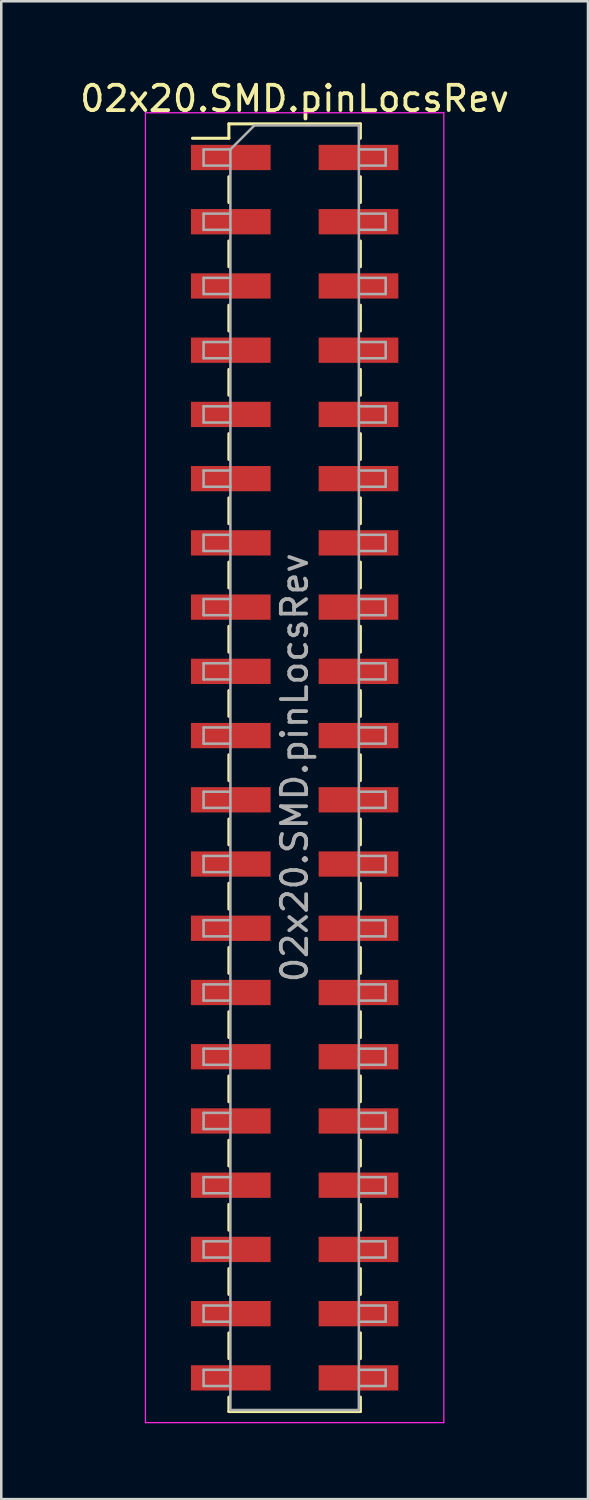
<source format=kicad_pcb>
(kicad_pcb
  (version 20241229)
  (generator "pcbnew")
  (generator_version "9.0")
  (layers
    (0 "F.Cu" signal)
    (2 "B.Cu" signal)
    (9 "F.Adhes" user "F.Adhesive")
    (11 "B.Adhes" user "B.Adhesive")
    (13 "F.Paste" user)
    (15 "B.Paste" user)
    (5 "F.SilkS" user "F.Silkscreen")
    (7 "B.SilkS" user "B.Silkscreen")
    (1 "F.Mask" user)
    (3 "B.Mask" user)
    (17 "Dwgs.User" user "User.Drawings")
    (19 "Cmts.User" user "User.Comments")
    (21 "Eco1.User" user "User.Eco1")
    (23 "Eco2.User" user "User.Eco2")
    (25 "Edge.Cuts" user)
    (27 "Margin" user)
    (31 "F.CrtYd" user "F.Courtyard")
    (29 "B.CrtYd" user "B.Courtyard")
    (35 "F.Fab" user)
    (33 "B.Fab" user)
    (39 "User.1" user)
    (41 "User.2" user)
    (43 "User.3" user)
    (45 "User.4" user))
  (footprint "02x20.SMD.pinLocsRev"
    (layer "F.Cu")
    (at 8.601 27.308)
    (property "Reference" "02x20.SMD.pinLocsRev" (at 0 -26.46 0) (layer "F.SilkS") (effects (font (size 1 1) (thickness 0.15))))
    (attr smd)
    (fp_line (start -4.04 -24.89) (end -2.6 -24.89) (stroke (width 0.12) (type solid)) (layer "F.SilkS"))
    (fp_line (start -2.6 -25.46) (end -2.6 -24.89) (stroke (width 0.12) (type solid)) (layer "F.SilkS"))
    (fp_line (start -2.6 -25.46) (end 2.6 -25.46) (stroke (width 0.12) (type solid)) (layer "F.SilkS"))
    (fp_line (start -2.6 -23.37) (end -2.6 -22.35) (stroke (width 0.12) (type solid)) (layer "F.SilkS"))
    (fp_line (start -2.6 -20.83) (end -2.6 -19.81) (stroke (width 0.12) (type solid)) (layer "F.SilkS"))
    (fp_line (start -2.6 -18.29) (end -2.6 -17.27) (stroke (width 0.12) (type solid)) (layer "F.SilkS"))
    (fp_line (start -2.6 -15.75) (end -2.6 -14.73) (stroke (width 0.12) (type solid)) (layer "F.SilkS"))
    (fp_line (start -2.6 -13.21) (end -2.6 -12.19) (stroke (width 0.12) (type solid)) (layer "F.SilkS"))
    (fp_line (start -2.6 -10.67) (end -2.6 -9.65) (stroke (width 0.12) (type solid)) (layer "F.SilkS"))
    (fp_line (start -2.6 -8.13) (end -2.6 -7.11) (stroke (width 0.12) (type solid)) (layer "F.SilkS"))
    (fp_line (start -2.6 -5.59) (end -2.6 -4.57) (stroke (width 0.12) (type solid)) (layer "F.SilkS"))
    (fp_line (start -2.6 -3.05) (end -2.6 -2.03) (stroke (width 0.12) (type solid)) (layer "F.SilkS"))
    (fp_line (start -2.6 -0.51) (end -2.6 0.51) (stroke (width 0.12) (type solid)) (layer "F.SilkS"))
    (fp_line (start -2.6 2.03) (end -2.6 3.05) (stroke (width 0.12) (type solid)) (layer "F.SilkS"))
    (fp_line (start -2.6 4.57) (end -2.6 5.59) (stroke (width 0.12) (type solid)) (layer "F.SilkS"))
    (fp_line (start -2.6 7.11) (end -2.6 8.13) (stroke (width 0.12) (type solid)) (layer "F.SilkS"))
    (fp_line (start -2.6 9.65) (end -2.6 10.67) (stroke (width 0.12) (type solid)) (layer "F.SilkS"))
    (fp_line (start -2.6 12.19) (end -2.6 13.21) (stroke (width 0.12) (type solid)) (layer "F.SilkS"))
    (fp_line (start -2.6 14.73) (end -2.6 15.75) (stroke (width 0.12) (type solid)) (layer "F.SilkS"))
    (fp_line (start -2.6 17.27) (end -2.6 18.29) (stroke (width 0.12) (type solid)) (layer "F.SilkS"))
    (fp_line (start -2.6 19.81) (end -2.6 20.83) (stroke (width 0.12) (type solid)) (layer "F.SilkS"))
    (fp_line (start -2.6 22.35) (end -2.6 23.37) (stroke (width 0.12) (type solid)) (layer "F.SilkS"))
    (fp_line (start -2.6 24.89) (end -2.6 25.46) (stroke (width 0.12) (type solid)) (layer "F.SilkS"))
    (fp_line (start -2.6 25.46) (end 2.6 25.46) (stroke (width 0.12) (type solid)) (layer "F.SilkS"))
    (fp_line (start 2.6 -25.46) (end 2.6 -24.89) (stroke (width 0.12) (type solid)) (layer "F.SilkS"))
    (fp_line (start 2.6 -23.37) (end 2.6 -22.35) (stroke (width 0.12) (type solid)) (layer "F.SilkS"))
    (fp_line (start 2.6 -20.83) (end 2.6 -19.81) (stroke (width 0.12) (type solid)) (layer "F.SilkS"))
    (fp_line (start 2.6 -18.29) (end 2.6 -17.27) (stroke (width 0.12) (type solid)) (layer "F.SilkS"))
    (fp_line (start 2.6 -15.75) (end 2.6 -14.73) (stroke (width 0.12) (type solid)) (layer "F.SilkS"))
    (fp_line (start 2.6 -13.21) (end 2.6 -12.19) (stroke (width 0.12) (type solid)) (layer "F.SilkS"))
    (fp_line (start 2.6 -10.67) (end 2.6 -9.65) (stroke (width 0.12) (type solid)) (layer "F.SilkS"))
    (fp_line (start 2.6 -8.13) (end 2.6 -7.11) (stroke (width 0.12) (type solid)) (layer "F.SilkS"))
    (fp_line (start 2.6 -5.59) (end 2.6 -4.57) (stroke (width 0.12) (type solid)) (layer "F.SilkS"))
    (fp_line (start 2.6 -3.05) (end 2.6 -2.03) (stroke (width 0.12) (type solid)) (layer "F.SilkS"))
    (fp_line (start 2.6 -0.51) (end 2.6 0.51) (stroke (width 0.12) (type solid)) (layer "F.SilkS"))
    (fp_line (start 2.6 2.03) (end 2.6 3.05) (stroke (width 0.12) (type solid)) (layer "F.SilkS"))
    (fp_line (start 2.6 4.57) (end 2.6 5.59) (stroke (width 0.12) (type solid)) (layer "F.SilkS"))
    (fp_line (start 2.6 7.11) (end 2.6 8.13) (stroke (width 0.12) (type solid)) (layer "F.SilkS"))
    (fp_line (start 2.6 9.65) (end 2.6 10.67) (stroke (width 0.12) (type solid)) (layer "F.SilkS"))
    (fp_line (start 2.6 12.19) (end 2.6 13.21) (stroke (width 0.12) (type solid)) (layer "F.SilkS"))
    (fp_line (start 2.6 14.73) (end 2.6 15.75) (stroke (width 0.12) (type solid)) (layer "F.SilkS"))
    (fp_line (start 2.6 17.27) (end 2.6 18.29) (stroke (width 0.12) (type solid)) (layer "F.SilkS"))
    (fp_line (start 2.6 19.81) (end 2.6 20.83) (stroke (width 0.12) (type solid)) (layer "F.SilkS"))
    (fp_line (start 2.6 22.35) (end 2.6 23.37) (stroke (width 0.12) (type solid)) (layer "F.SilkS"))
    (fp_line (start 2.6 24.89) (end 2.6 25.46) (stroke (width 0.12) (type solid)) (layer "F.SilkS"))
    (fp_line (start -5.9 -25.9) (end -5.9 25.9) (stroke (width 0.05) (type solid)) (layer "F.CrtYd"))
    (fp_line (start -5.9 25.9) (end 5.9 25.9) (stroke (width 0.05) (type solid)) (layer "F.CrtYd"))
    (fp_line (start 5.9 -25.9) (end -5.9 -25.9) (stroke (width 0.05) (type solid)) (layer "F.CrtYd"))
    (fp_line (start 5.9 25.9) (end 5.9 -25.9) (stroke (width 0.05) (type solid)) (layer "F.CrtYd"))
    (fp_line (start -3.6 -24.45) (end -3.6 -23.81) (stroke (width 0.1) (type solid)) (layer "F.Fab"))
    (fp_line (start -3.6 -23.81) (end -2.54 -23.81) (stroke (width 0.1) (type solid)) (layer "F.Fab"))
    (fp_line (start -3.6 -21.91) (end -3.6 -21.27) (stroke (width 0.1) (type solid)) (layer "F.Fab"))
    (fp_line (start -3.6 -21.27) (end -2.54 -21.27) (stroke (width 0.1) (type solid)) (layer "F.Fab"))
    (fp_line (start -3.6 -19.37) (end -3.6 -18.73) (stroke (width 0.1) (type solid)) (layer "F.Fab"))
    (fp_line (start -3.6 -18.73) (end -2.54 -18.73) (stroke (width 0.1) (type solid)) (layer "F.Fab"))
    (fp_line (start -3.6 -16.83) (end -3.6 -16.19) (stroke (width 0.1) (type solid)) (layer "F.Fab"))
    (fp_line (start -3.6 -16.19) (end -2.54 -16.19) (stroke (width 0.1) (type solid)) (layer "F.Fab"))
    (fp_line (start -3.6 -14.29) (end -3.6 -13.65) (stroke (width 0.1) (type solid)) (layer "F.Fab"))
    (fp_line (start -3.6 -13.65) (end -2.54 -13.65) (stroke (width 0.1) (type solid)) (layer "F.Fab"))
    (fp_line (start -3.6 -11.75) (end -3.6 -11.11) (stroke (width 0.1) (type solid)) (layer "F.Fab"))
    (fp_line (start -3.6 -11.11) (end -2.54 -11.11) (stroke (width 0.1) (type solid)) (layer "F.Fab"))
    (fp_line (start -3.6 -9.21) (end -3.6 -8.57) (stroke (width 0.1) (type solid)) (layer "F.Fab"))
    (fp_line (start -3.6 -8.57) (end -2.54 -8.57) (stroke (width 0.1) (type solid)) (layer "F.Fab"))
    (fp_line (start -3.6 -6.67) (end -3.6 -6.03) (stroke (width 0.1) (type solid)) (layer "F.Fab"))
    (fp_line (start -3.6 -6.03) (end -2.54 -6.03) (stroke (width 0.1) (type solid)) (layer "F.Fab"))
    (fp_line (start -3.6 -4.13) (end -3.6 -3.49) (stroke (width 0.1) (type solid)) (layer "F.Fab"))
    (fp_line (start -3.6 -3.49) (end -2.54 -3.49) (stroke (width 0.1) (type solid)) (layer "F.Fab"))
    (fp_line (start -3.6 -1.59) (end -3.6 -0.95) (stroke (width 0.1) (type solid)) (layer "F.Fab"))
    (fp_line (start -3.6 -0.95) (end -2.54 -0.95) (stroke (width 0.1) (type solid)) (layer "F.Fab"))
    (fp_line (start -3.6 0.95) (end -3.6 1.59) (stroke (width 0.1) (type solid)) (layer "F.Fab"))
    (fp_line (start -3.6 1.59) (end -2.54 1.59) (stroke (width 0.1) (type solid)) (layer "F.Fab"))
    (fp_line (start -3.6 3.49) (end -3.6 4.13) (stroke (width 0.1) (type solid)) (layer "F.Fab"))
    (fp_line (start -3.6 4.13) (end -2.54 4.13) (stroke (width 0.1) (type solid)) (layer "F.Fab"))
    (fp_line (start -3.6 6.03) (end -3.6 6.67) (stroke (width 0.1) (type solid)) (layer "F.Fab"))
    (fp_line (start -3.6 6.67) (end -2.54 6.67) (stroke (width 0.1) (type solid)) (layer "F.Fab"))
    (fp_line (start -3.6 8.57) (end -3.6 9.21) (stroke (width 0.1) (type solid)) (layer "F.Fab"))
    (fp_line (start -3.6 9.21) (end -2.54 9.21) (stroke (width 0.1) (type solid)) (layer "F.Fab"))
    (fp_line (start -3.6 11.11) (end -3.6 11.75) (stroke (width 0.1) (type solid)) (layer "F.Fab"))
    (fp_line (start -3.6 11.75) (end -2.54 11.75) (stroke (width 0.1) (type solid)) (layer "F.Fab"))
    (fp_line (start -3.6 13.65) (end -3.6 14.29) (stroke (width 0.1) (type solid)) (layer "F.Fab"))
    (fp_line (start -3.6 14.29) (end -2.54 14.29) (stroke (width 0.1) (type solid)) (layer "F.Fab"))
    (fp_line (start -3.6 16.19) (end -3.6 16.83) (stroke (width 0.1) (type solid)) (layer "F.Fab"))
    (fp_line (start -3.6 16.83) (end -2.54 16.83) (stroke (width 0.1) (type solid)) (layer "F.Fab"))
    (fp_line (start -3.6 18.73) (end -3.6 19.37) (stroke (width 0.1) (type solid)) (layer "F.Fab"))
    (fp_line (start -3.6 19.37) (end -2.54 19.37) (stroke (width 0.1) (type solid)) (layer "F.Fab"))
    (fp_line (start -3.6 21.27) (end -3.6 21.91) (stroke (width 0.1) (type solid)) (layer "F.Fab"))
    (fp_line (start -3.6 21.91) (end -2.54 21.91) (stroke (width 0.1) (type solid)) (layer "F.Fab"))
    (fp_line (start -3.6 23.81) (end -3.6 24.45) (stroke (width 0.1) (type solid)) (layer "F.Fab"))
    (fp_line (start -3.6 24.45) (end -2.54 24.45) (stroke (width 0.1) (type solid)) (layer "F.Fab"))
    (fp_line (start -2.54 -24.45) (end -3.6 -24.45) (stroke (width 0.1) (type solid)) (layer "F.Fab"))
    (fp_line (start -2.54 -24.45) (end -1.59 -25.4) (stroke (width 0.1) (type solid)) (layer "F.Fab"))
    (fp_line (start -2.54 -21.91) (end -3.6 -21.91) (stroke (width 0.1) (type solid)) (layer "F.Fab"))
    (fp_line (start -2.54 -19.37) (end -3.6 -19.37) (stroke (width 0.1) (type solid)) (layer "F.Fab"))
    (fp_line (start -2.54 -16.83) (end -3.6 -16.83) (stroke (width 0.1) (type solid)) (layer "F.Fab"))
    (fp_line (start -2.54 -14.29) (end -3.6 -14.29) (stroke (width 0.1) (type solid)) (layer "F.Fab"))
    (fp_line (start -2.54 -11.75) (end -3.6 -11.75) (stroke (width 0.1) (type solid)) (layer "F.Fab"))
    (fp_line (start -2.54 -9.21) (end -3.6 -9.21) (stroke (width 0.1) (type solid)) (layer "F.Fab"))
    (fp_line (start -2.54 -6.67) (end -3.6 -6.67) (stroke (width 0.1) (type solid)) (layer "F.Fab"))
    (fp_line (start -2.54 -4.13) (end -3.6 -4.13) (stroke (width 0.1) (type solid)) (layer "F.Fab"))
    (fp_line (start -2.54 -1.59) (end -3.6 -1.59) (stroke (width 0.1) (type solid)) (layer "F.Fab"))
    (fp_line (start -2.54 0.95) (end -3.6 0.95) (stroke (width 0.1) (type solid)) (layer "F.Fab"))
    (fp_line (start -2.54 3.49) (end -3.6 3.49) (stroke (width 0.1) (type solid)) (layer "F.Fab"))
    (fp_line (start -2.54 6.03) (end -3.6 6.03) (stroke (width 0.1) (type solid)) (layer "F.Fab"))
    (fp_line (start -2.54 8.57) (end -3.6 8.57) (stroke (width 0.1) (type solid)) (layer "F.Fab"))
    (fp_line (start -2.54 11.11) (end -3.6 11.11) (stroke (width 0.1) (type solid)) (layer "F.Fab"))
    (fp_line (start -2.54 13.65) (end -3.6 13.65) (stroke (width 0.1) (type solid)) (layer "F.Fab"))
    (fp_line (start -2.54 16.19) (end -3.6 16.19) (stroke (width 0.1) (type solid)) (layer "F.Fab"))
    (fp_line (start -2.54 18.73) (end -3.6 18.73) (stroke (width 0.1) (type solid)) (layer "F.Fab"))
    (fp_line (start -2.54 21.27) (end -3.6 21.27) (stroke (width 0.1) (type solid)) (layer "F.Fab"))
    (fp_line (start -2.54 23.81) (end -3.6 23.81) (stroke (width 0.1) (type solid)) (layer "F.Fab"))
    (fp_line (start -2.54 25.4) (end -2.54 -24.45) (stroke (width 0.1) (type solid)) (layer "F.Fab"))
    (fp_line (start -1.59 -25.4) (end 2.54 -25.4) (stroke (width 0.1) (type solid)) (layer "F.Fab"))
    (fp_line (start 2.54 -25.4) (end 2.54 25.4) (stroke (width 0.1) (type solid)) (layer "F.Fab"))
    (fp_line (start 2.54 -24.45) (end 3.6 -24.45) (stroke (width 0.1) (type solid)) (layer "F.Fab"))
    (fp_line (start 2.54 -21.91) (end 3.6 -21.91) (stroke (width 0.1) (type solid)) (layer "F.Fab"))
    (fp_line (start 2.54 -19.37) (end 3.6 -19.37) (stroke (width 0.1) (type solid)) (layer "F.Fab"))
    (fp_line (start 2.54 -16.83) (end 3.6 -16.83) (stroke (width 0.1) (type solid)) (layer "F.Fab"))
    (fp_line (start 2.54 -14.29) (end 3.6 -14.29) (stroke (width 0.1) (type solid)) (layer "F.Fab"))
    (fp_line (start 2.54 -11.75) (end 3.6 -11.75) (stroke (width 0.1) (type solid)) (layer "F.Fab"))
    (fp_line (start 2.54 -9.21) (end 3.6 -9.21) (stroke (width 0.1) (type solid)) (layer "F.Fab"))
    (fp_line (start 2.54 -6.67) (end 3.6 -6.67) (stroke (width 0.1) (type solid)) (layer "F.Fab"))
    (fp_line (start 2.54 -4.13) (end 3.6 -4.13) (stroke (width 0.1) (type solid)) (layer "F.Fab"))
    (fp_line (start 2.54 -1.59) (end 3.6 -1.59) (stroke (width 0.1) (type solid)) (layer "F.Fab"))
    (fp_line (start 2.54 0.95) (end 3.6 0.95) (stroke (width 0.1) (type solid)) (layer "F.Fab"))
    (fp_line (start 2.54 3.49) (end 3.6 3.49) (stroke (width 0.1) (type solid)) (layer "F.Fab"))
    (fp_line (start 2.54 6.03) (end 3.6 6.03) (stroke (width 0.1) (type solid)) (layer "F.Fab"))
    (fp_line (start 2.54 8.57) (end 3.6 8.57) (stroke (width 0.1) (type solid)) (layer "F.Fab"))
    (fp_line (start 2.54 11.11) (end 3.6 11.11) (stroke (width 0.1) (type solid)) (layer "F.Fab"))
    (fp_line (start 2.54 13.65) (end 3.6 13.65) (stroke (width 0.1) (type solid)) (layer "F.Fab"))
    (fp_line (start 2.54 16.19) (end 3.6 16.19) (stroke (width 0.1) (type solid)) (layer "F.Fab"))
    (fp_line (start 2.54 18.73) (end 3.6 18.73) (stroke (width 0.1) (type solid)) (layer "F.Fab"))
    (fp_line (start 2.54 21.27) (end 3.6 21.27) (stroke (width 0.1) (type solid)) (layer "F.Fab"))
    (fp_line (start 2.54 23.81) (end 3.6 23.81) (stroke (width 0.1) (type solid)) (layer "F.Fab"))
    (fp_line (start 2.54 25.4) (end -2.54 25.4) (stroke (width 0.1) (type solid)) (layer "F.Fab"))
    (fp_line (start 3.6 -24.45) (end 3.6 -23.81) (stroke (width 0.1) (type solid)) (layer "F.Fab"))
    (fp_line (start 3.6 -23.81) (end 2.54 -23.81) (stroke (width 0.1) (type solid)) (layer "F.Fab"))
    (fp_line (start 3.6 -21.91) (end 3.6 -21.27) (stroke (width 0.1) (type solid)) (layer "F.Fab"))
    (fp_line (start 3.6 -21.27) (end 2.54 -21.27) (stroke (width 0.1) (type solid)) (layer "F.Fab"))
    (fp_line (start 3.6 -19.37) (end 3.6 -18.73) (stroke (width 0.1) (type solid)) (layer "F.Fab"))
    (fp_line (start 3.6 -18.73) (end 2.54 -18.73) (stroke (width 0.1) (type solid)) (layer "F.Fab"))
    (fp_line (start 3.6 -16.83) (end 3.6 -16.19) (stroke (width 0.1) (type solid)) (layer "F.Fab"))
    (fp_line (start 3.6 -16.19) (end 2.54 -16.19) (stroke (width 0.1) (type solid)) (layer "F.Fab"))
    (fp_line (start 3.6 -14.29) (end 3.6 -13.65) (stroke (width 0.1) (type solid)) (layer "F.Fab"))
    (fp_line (start 3.6 -13.65) (end 2.54 -13.65) (stroke (width 0.1) (type solid)) (layer "F.Fab"))
    (fp_line (start 3.6 -11.75) (end 3.6 -11.11) (stroke (width 0.1) (type solid)) (layer "F.Fab"))
    (fp_line (start 3.6 -11.11) (end 2.54 -11.11) (stroke (width 0.1) (type solid)) (layer "F.Fab"))
    (fp_line (start 3.6 -9.21) (end 3.6 -8.57) (stroke (width 0.1) (type solid)) (layer "F.Fab"))
    (fp_line (start 3.6 -8.57) (end 2.54 -8.57) (stroke (width 0.1) (type solid)) (layer "F.Fab"))
    (fp_line (start 3.6 -6.67) (end 3.6 -6.03) (stroke (width 0.1) (type solid)) (layer "F.Fab"))
    (fp_line (start 3.6 -6.03) (end 2.54 -6.03) (stroke (width 0.1) (type solid)) (layer "F.Fab"))
    (fp_line (start 3.6 -4.13) (end 3.6 -3.49) (stroke (width 0.1) (type solid)) (layer "F.Fab"))
    (fp_line (start 3.6 -3.49) (end 2.54 -3.49) (stroke (width 0.1) (type solid)) (layer "F.Fab"))
    (fp_line (start 3.6 -1.59) (end 3.6 -0.95) (stroke (width 0.1) (type solid)) (layer "F.Fab"))
    (fp_line (start 3.6 -0.95) (end 2.54 -0.95) (stroke (width 0.1) (type solid)) (layer "F.Fab"))
    (fp_line (start 3.6 0.95) (end 3.6 1.59) (stroke (width 0.1) (type solid)) (layer "F.Fab"))
    (fp_line (start 3.6 1.59) (end 2.54 1.59) (stroke (width 0.1) (type solid)) (layer "F.Fab"))
    (fp_line (start 3.6 3.49) (end 3.6 4.13) (stroke (width 0.1) (type solid)) (layer "F.Fab"))
    (fp_line (start 3.6 4.13) (end 2.54 4.13) (stroke (width 0.1) (type solid)) (layer "F.Fab"))
    (fp_line (start 3.6 6.03) (end 3.6 6.67) (stroke (width 0.1) (type solid)) (layer "F.Fab"))
    (fp_line (start 3.6 6.67) (end 2.54 6.67) (stroke (width 0.1) (type solid)) (layer "F.Fab"))
    (fp_line (start 3.6 8.57) (end 3.6 9.21) (stroke (width 0.1) (type solid)) (layer "F.Fab"))
    (fp_line (start 3.6 9.21) (end 2.54 9.21) (stroke (width 0.1) (type solid)) (layer "F.Fab"))
    (fp_line (start 3.6 11.11) (end 3.6 11.75) (stroke (width 0.1) (type solid)) (layer "F.Fab"))
    (fp_line (start 3.6 11.75) (end 2.54 11.75) (stroke (width 0.1) (type solid)) (layer "F.Fab"))
    (fp_line (start 3.6 13.65) (end 3.6 14.29) (stroke (width 0.1) (type solid)) (layer "F.Fab"))
    (fp_line (start 3.6 14.29) (end 2.54 14.29) (stroke (width 0.1) (type solid)) (layer "F.Fab"))
    (fp_line (start 3.6 16.19) (end 3.6 16.83) (stroke (width 0.1) (type solid)) (layer "F.Fab"))
    (fp_line (start 3.6 16.83) (end 2.54 16.83) (stroke (width 0.1) (type solid)) (layer "F.Fab"))
    (fp_line (start 3.6 18.73) (end 3.6 19.37) (stroke (width 0.1) (type solid)) (layer "F.Fab"))
    (fp_line (start 3.6 19.37) (end 2.54 19.37) (stroke (width 0.1) (type solid)) (layer "F.Fab"))
    (fp_line (start 3.6 21.27) (end 3.6 21.91) (stroke (width 0.1) (type solid)) (layer "F.Fab"))
    (fp_line (start 3.6 21.91) (end 2.54 21.91) (stroke (width 0.1) (type solid)) (layer "F.Fab"))
    (fp_line (start 3.6 23.81) (end 3.6 24.45) (stroke (width 0.1) (type solid)) (layer "F.Fab"))
    (fp_line (start 3.6 24.45) (end 2.54 24.45) (stroke (width 0.1) (type solid)) (layer "F.Fab"))
    (fp_text user "${REFERENCE}" (at 0 0 90) (layer "F.Fab") (effects (font (size 1 1) (thickness 0.15))))
    (pad "1" smd rect (at 2.525 -24.13) (size 3.15 1) (layers "F.Cu" "F.Mask" "F.Paste"))
    (pad "2" smd rect (at -2.525 -24.13) (size 3.15 1) (layers "F.Cu" "F.Mask" "F.Paste"))
    (pad "3" smd rect (at 2.525 -21.59) (size 3.15 1) (layers "F.Cu" "F.Mask" "F.Paste"))
    (pad "4" smd rect (at -2.525 -21.59) (size 3.15 1) (layers "F.Cu" "F.Mask" "F.Paste"))
    (pad "5" smd rect (at 2.525 -19.05) (size 3.15 1) (layers "F.Cu" "F.Mask" "F.Paste"))
    (pad "6" smd rect (at -2.525 -19.05) (size 3.15 1) (layers "F.Cu" "F.Mask" "F.Paste"))
    (pad "7" smd rect (at 2.525 -16.51) (size 3.15 1) (layers "F.Cu" "F.Mask" "F.Paste"))
    (pad "8" smd rect (at -2.525 -16.51) (size 3.15 1) (layers "F.Cu" "F.Mask" "F.Paste"))
    (pad "9" smd rect (at 2.525 -13.97) (size 3.15 1) (layers "F.Cu" "F.Mask" "F.Paste"))
    (pad "10" smd rect (at -2.525 -13.97) (size 3.15 1) (layers "F.Cu" "F.Mask" "F.Paste"))
    (pad "11" smd rect (at 2.525 -11.43) (size 3.15 1) (layers "F.Cu" "F.Mask" "F.Paste"))
    (pad "12" smd rect (at -2.525 -11.43) (size 3.15 1) (layers "F.Cu" "F.Mask" "F.Paste"))
    (pad "13" smd rect (at 2.525 -8.89) (size 3.15 1) (layers "F.Cu" "F.Mask" "F.Paste"))
    (pad "14" smd rect (at -2.525 -8.89) (size 3.15 1) (layers "F.Cu" "F.Mask" "F.Paste"))
    (pad "15" smd rect (at 2.525 -6.35) (size 3.15 1) (layers "F.Cu" "F.Mask" "F.Paste"))
    (pad "16" smd rect (at -2.525 -6.35) (size 3.15 1) (layers "F.Cu" "F.Mask" "F.Paste"))
    (pad "17" smd rect (at 2.525 -3.81) (size 3.15 1) (layers "F.Cu" "F.Mask" "F.Paste"))
    (pad "18" smd rect (at -2.525 -3.81) (size 3.15 1) (layers "F.Cu" "F.Mask" "F.Paste"))
    (pad "19" smd rect (at 2.525 -1.27) (size 3.15 1) (layers "F.Cu" "F.Mask" "F.Paste"))
    (pad "20" smd rect (at -2.525 -1.27) (size 3.15 1) (layers "F.Cu" "F.Mask" "F.Paste"))
    (pad "21" smd rect (at 2.525 1.27) (size 3.15 1) (layers "F.Cu" "F.Mask" "F.Paste"))
    (pad "22" smd rect (at -2.525 1.27) (size 3.15 1) (layers "F.Cu" "F.Mask" "F.Paste"))
    (pad "23" smd rect (at 2.525 3.81) (size 3.15 1) (layers "F.Cu" "F.Mask" "F.Paste"))
    (pad "24" smd rect (at -2.525 3.81) (size 3.15 1) (layers "F.Cu" "F.Mask" "F.Paste"))
    (pad "25" smd rect (at 2.525 6.35) (size 3.15 1) (layers "F.Cu" "F.Mask" "F.Paste"))
    (pad "26" smd rect (at -2.525 6.35) (size 3.15 1) (layers "F.Cu" "F.Mask" "F.Paste"))
    (pad "27" smd rect (at 2.525 8.89) (size 3.15 1) (layers "F.Cu" "F.Mask" "F.Paste"))
    (pad "28" smd rect (at -2.525 8.89) (size 3.15 1) (layers "F.Cu" "F.Mask" "F.Paste"))
    (pad "29" smd rect (at 2.525 11.43) (size 3.15 1) (layers "F.Cu" "F.Mask" "F.Paste"))
    (pad "30" smd rect (at -2.525 11.43) (size 3.15 1) (layers "F.Cu" "F.Mask" "F.Paste"))
    (pad "31" smd rect (at 2.525 13.97) (size 3.15 1) (layers "F.Cu" "F.Mask" "F.Paste"))
    (pad "32" smd rect (at -2.525 13.97) (size 3.15 1) (layers "F.Cu" "F.Mask" "F.Paste"))
    (pad "33" smd rect (at 2.525 16.51) (size 3.15 1) (layers "F.Cu" "F.Mask" "F.Paste"))
    (pad "34" smd rect (at -2.525 16.51) (size 3.15 1) (layers "F.Cu" "F.Mask" "F.Paste"))
    (pad "35" smd rect (at 2.525 19.05) (size 3.15 1) (layers "F.Cu" "F.Mask" "F.Paste"))
    (pad "36" smd rect (at -2.525 19.05) (size 3.15 1) (layers "F.Cu" "F.Mask" "F.Paste"))
    (pad "37" smd rect (at 2.525 21.59) (size 3.15 1) (layers "F.Cu" "F.Mask" "F.Paste"))
    (pad "38" smd rect (at -2.525 21.59) (size 3.15 1) (layers "F.Cu" "F.Mask" "F.Paste"))
    (pad "39" smd rect (at 2.525 24.13) (size 3.15 1) (layers "F.Cu" "F.Mask" "F.Paste"))
    (pad "40" smd rect (at -2.525 24.13) (size 3.15 1) (layers "F.Cu" "F.Mask" "F.Paste")))
  (gr_rect
    (start -3 -3)
    (end 20.202 56.233)
    (stroke (width 0.1) (type default))
    (fill no)
    (layer "Edge.Cuts")))
</source>
